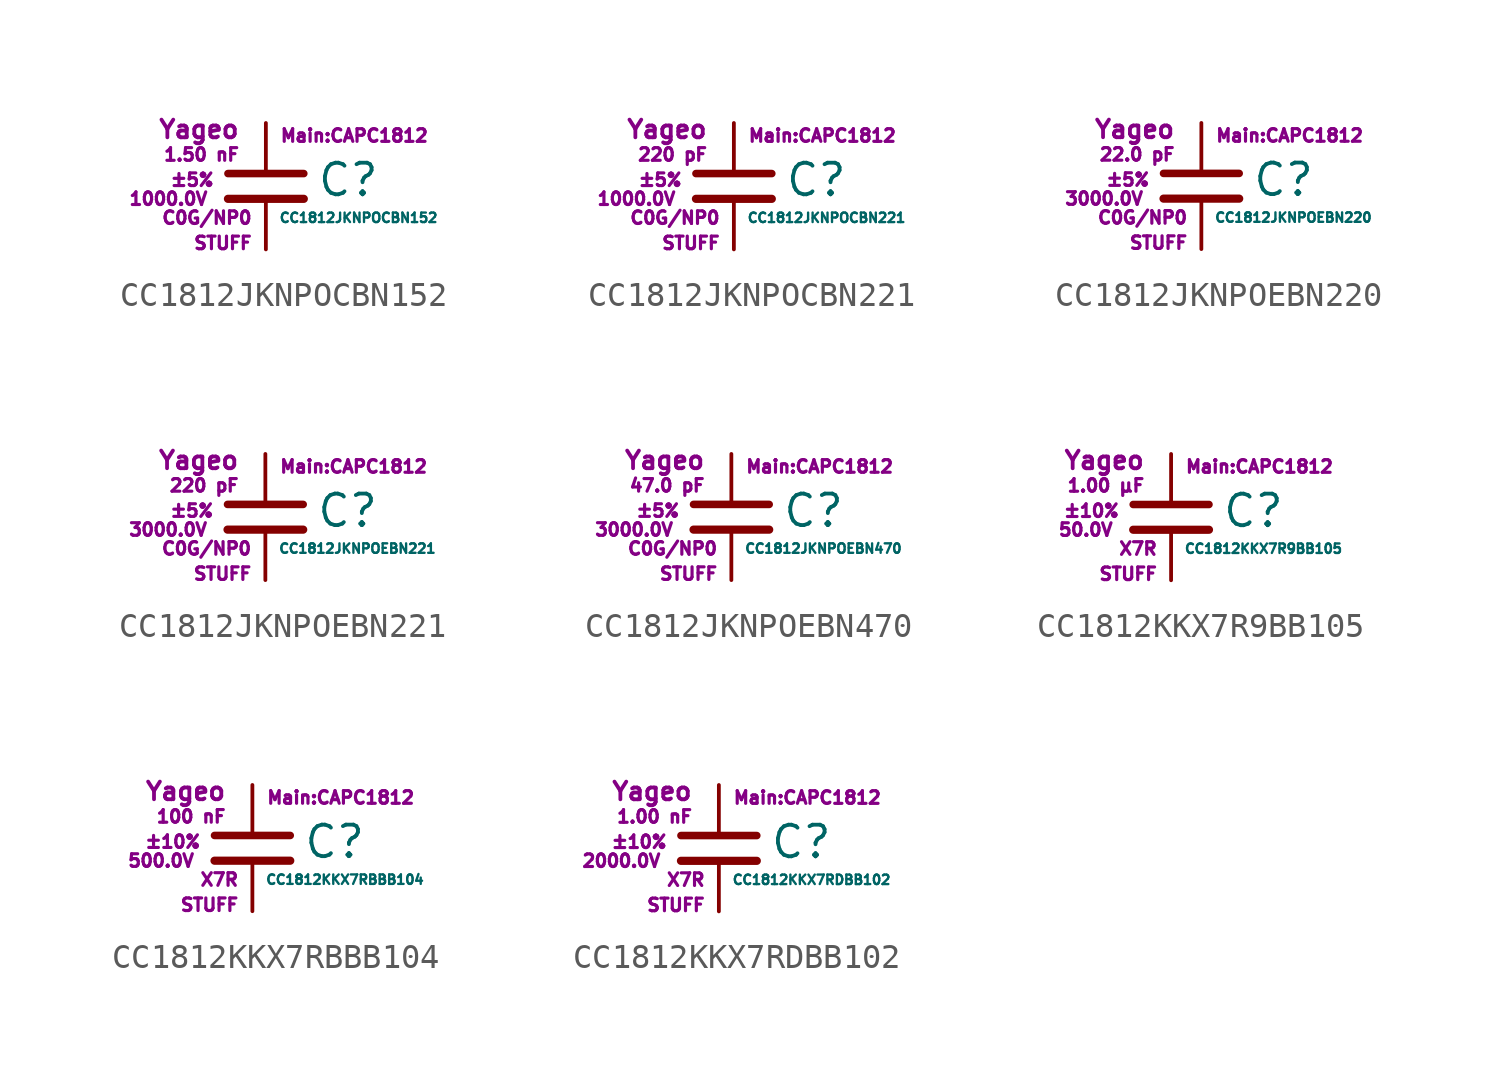
<source format=kicad_sym>
(kicad_symbol_lib
  (version 20211014)
  (generator kicad_symbol_editor)
  (symbol "CC1812JKNPOCBN152"
    (pin_numbers hide)
    (pin_names
      (offset 0.254) hide)
    (property "Reference" "C"
      (at 2.032 0.254 0)
      (effects (font (size 1.27 1.27)) (justify left)))
    (property "Value" "CC1812JKNPOCBN152"
      (at 0.508 -1.27 0)
      (effects (font (size 0.381 0.381)) (justify left)))
    (property "Footprint" "Main:CAPC1812"
      (at 3.556 2.032 0)
      (effects (font (size 0.508 0.508))))
    (property "Datasheet" ""
      (at 0.762 0.508 0)
      (effects (font (size 1.27 1.27))))
    (property "Manufacturer" "Yageo"
      (at -1.016 2.286 0)
      (effects (font (size 0.711 0.711)) (justify right)))
    (property "SKU" "STUFF"
      (at -0.508 -2.286 0)
      (effects (font (size 0.508 0.508)) (justify right)))
    (property "C" "1.50 nF"
      (at -1.016 1.27 0)
      (effects (font (size 0.508 0.508)) (justify right)))
    (property "Tol" "±5%"
      (at -2.032 0.254 0)
      (effects (font (size 0.508 0.508)) (justify right)))
    (property "Vmax" "1000.0V"
      (at -2.286 -0.508 0)
      (effects (font (size 0.508 0.508)) (justify right)))
    (property "Type" "C0G/NP0"
      (at -0.508 -1.27 0)
      (effects (font (size 0.508 0.508)) (justify right)))
    (symbol "CC1812JKNPOCBN152_0_1"
      (polyline (pts (xy -1.524 -0.508) (xy 1.524 -0.508)) (stroke (width 0.33) (type default) (color 0 0 0 0)) (fill (type none)))
      (polyline (pts (xy -1.524 0.508) (xy 1.524 0.508)) (stroke (width 0.305) (type default) (color 0 0 0 0)) (fill (type none))))
    (symbol "CC1812JKNPOCBN152_1_1"
      (pin passive line (at 0 2.54 270) (length 1.905) (name "~" (effects (font (size 1.016 1.016)))) (number "1" (effects (font (size 1.016 1.016)))))
      (pin passive line (at 0 -2.54 90) (length 2.032) (name "~" (effects (font (size 1.016 1.016)))) (number "2" (effects (font (size 1.016 1.016)))))))
  (symbol "CC1812JKNPOCBN221"
    (pin_numbers hide)
    (pin_names
      (offset 0.254) hide)
    (property "Reference" "C"
      (at 2.032 0.254 0)
      (effects (font (size 1.27 1.27)) (justify left)))
    (property "Value" "CC1812JKNPOCBN221"
      (at 0.508 -1.27 0)
      (effects (font (size 0.381 0.381)) (justify left)))
    (property "Footprint" "Main:CAPC1812"
      (at 3.556 2.032 0)
      (effects (font (size 0.508 0.508))))
    (property "Datasheet" ""
      (at 0.762 0.508 0)
      (effects (font (size 1.27 1.27))))
    (property "Manufacturer" "Yageo"
      (at -1.016 2.286 0)
      (effects (font (size 0.711 0.711)) (justify right)))
    (property "SKU" "STUFF"
      (at -0.508 -2.286 0)
      (effects (font (size 0.508 0.508)) (justify right)))
    (property "C" "220 pF"
      (at -1.016 1.27 0)
      (effects (font (size 0.508 0.508)) (justify right)))
    (property "Tol" "±5%"
      (at -2.032 0.254 0)
      (effects (font (size 0.508 0.508)) (justify right)))
    (property "Vmax" "1000.0V"
      (at -2.286 -0.508 0)
      (effects (font (size 0.508 0.508)) (justify right)))
    (property "Type" "C0G/NP0"
      (at -0.508 -1.27 0)
      (effects (font (size 0.508 0.508)) (justify right)))
    (symbol "CC1812JKNPOCBN221_0_1"
      (polyline (pts (xy -1.524 -0.508) (xy 1.524 -0.508)) (stroke (width 0.33) (type default) (color 0 0 0 0)) (fill (type none)))
      (polyline (pts (xy -1.524 0.508) (xy 1.524 0.508)) (stroke (width 0.305) (type default) (color 0 0 0 0)) (fill (type none))))
    (symbol "CC1812JKNPOCBN221_1_1"
      (pin passive line (at 0 2.54 270) (length 1.905) (name "~" (effects (font (size 1.016 1.016)))) (number "1" (effects (font (size 1.016 1.016)))))
      (pin passive line (at 0 -2.54 90) (length 2.032) (name "~" (effects (font (size 1.016 1.016)))) (number "2" (effects (font (size 1.016 1.016)))))))
  (symbol "CC1812JKNPOEBN220"
    (pin_numbers hide)
    (pin_names
      (offset 0.254) hide)
    (property "Reference" "C"
      (at 2.032 0.254 0)
      (effects (font (size 1.27 1.27)) (justify left)))
    (property "Value" "CC1812JKNPOEBN220"
      (at 0.508 -1.27 0)
      (effects (font (size 0.381 0.381)) (justify left)))
    (property "Footprint" "Main:CAPC1812"
      (at 3.556 2.032 0)
      (effects (font (size 0.508 0.508))))
    (property "Datasheet" ""
      (at 0.762 0.508 0)
      (effects (font (size 1.27 1.27))))
    (property "Manufacturer" "Yageo"
      (at -1.016 2.286 0)
      (effects (font (size 0.711 0.711)) (justify right)))
    (property "SKU" "STUFF"
      (at -0.508 -2.286 0)
      (effects (font (size 0.508 0.508)) (justify right)))
    (property "C" "22.0 pF"
      (at -1.016 1.27 0)
      (effects (font (size 0.508 0.508)) (justify right)))
    (property "Tol" "±5%"
      (at -2.032 0.254 0)
      (effects (font (size 0.508 0.508)) (justify right)))
    (property "Vmax" "3000.0V"
      (at -2.286 -0.508 0)
      (effects (font (size 0.508 0.508)) (justify right)))
    (property "Type" "C0G/NP0"
      (at -0.508 -1.27 0)
      (effects (font (size 0.508 0.508)) (justify right)))
    (symbol "CC1812JKNPOEBN220_0_1"
      (polyline (pts (xy -1.524 -0.508) (xy 1.524 -0.508)) (stroke (width 0.33) (type default) (color 0 0 0 0)) (fill (type none)))
      (polyline (pts (xy -1.524 0.508) (xy 1.524 0.508)) (stroke (width 0.305) (type default) (color 0 0 0 0)) (fill (type none))))
    (symbol "CC1812JKNPOEBN220_1_1"
      (pin passive line (at 0 2.54 270) (length 1.905) (name "~" (effects (font (size 1.016 1.016)))) (number "1" (effects (font (size 1.016 1.016)))))
      (pin passive line (at 0 -2.54 90) (length 2.032) (name "~" (effects (font (size 1.016 1.016)))) (number "2" (effects (font (size 1.016 1.016)))))))
  (symbol "CC1812JKNPOEBN221"
    (pin_numbers hide)
    (pin_names
      (offset 0.254) hide)
    (property "Reference" "C"
      (at 2.032 0.254 0)
      (effects (font (size 1.27 1.27)) (justify left)))
    (property "Value" "CC1812JKNPOEBN221"
      (at 0.508 -1.27 0)
      (effects (font (size 0.381 0.381)) (justify left)))
    (property "Footprint" "Main:CAPC1812"
      (at 3.556 2.032 0)
      (effects (font (size 0.508 0.508))))
    (property "Datasheet" ""
      (at 0.762 0.508 0)
      (effects (font (size 1.27 1.27))))
    (property "Manufacturer" "Yageo"
      (at -1.016 2.286 0)
      (effects (font (size 0.711 0.711)) (justify right)))
    (property "SKU" "STUFF"
      (at -0.508 -2.286 0)
      (effects (font (size 0.508 0.508)) (justify right)))
    (property "C" "220 pF"
      (at -1.016 1.27 0)
      (effects (font (size 0.508 0.508)) (justify right)))
    (property "Tol" "±5%"
      (at -2.032 0.254 0)
      (effects (font (size 0.508 0.508)) (justify right)))
    (property "Vmax" "3000.0V"
      (at -2.286 -0.508 0)
      (effects (font (size 0.508 0.508)) (justify right)))
    (property "Type" "C0G/NP0"
      (at -0.508 -1.27 0)
      (effects (font (size 0.508 0.508)) (justify right)))
    (symbol "CC1812JKNPOEBN221_0_1"
      (polyline (pts (xy -1.524 -0.508) (xy 1.524 -0.508)) (stroke (width 0.33) (type default) (color 0 0 0 0)) (fill (type none)))
      (polyline (pts (xy -1.524 0.508) (xy 1.524 0.508)) (stroke (width 0.305) (type default) (color 0 0 0 0)) (fill (type none))))
    (symbol "CC1812JKNPOEBN221_1_1"
      (pin passive line (at 0 2.54 270) (length 1.905) (name "~" (effects (font (size 1.016 1.016)))) (number "1" (effects (font (size 1.016 1.016)))))
      (pin passive line (at 0 -2.54 90) (length 2.032) (name "~" (effects (font (size 1.016 1.016)))) (number "2" (effects (font (size 1.016 1.016)))))))
  (symbol "CC1812JKNPOEBN470"
    (pin_numbers hide)
    (pin_names
      (offset 0.254) hide)
    (property "Reference" "C"
      (at 2.032 0.254 0)
      (effects (font (size 1.27 1.27)) (justify left)))
    (property "Value" "CC1812JKNPOEBN470"
      (at 0.508 -1.27 0)
      (effects (font (size 0.381 0.381)) (justify left)))
    (property "Footprint" "Main:CAPC1812"
      (at 3.556 2.032 0)
      (effects (font (size 0.508 0.508))))
    (property "Datasheet" ""
      (at 0.762 0.508 0)
      (effects (font (size 1.27 1.27))))
    (property "Manufacturer" "Yageo"
      (at -1.016 2.286 0)
      (effects (font (size 0.711 0.711)) (justify right)))
    (property "SKU" "STUFF"
      (at -0.508 -2.286 0)
      (effects (font (size 0.508 0.508)) (justify right)))
    (property "C" "47.0 pF"
      (at -1.016 1.27 0)
      (effects (font (size 0.508 0.508)) (justify right)))
    (property "Tol" "±5%"
      (at -2.032 0.254 0)
      (effects (font (size 0.508 0.508)) (justify right)))
    (property "Vmax" "3000.0V"
      (at -2.286 -0.508 0)
      (effects (font (size 0.508 0.508)) (justify right)))
    (property "Type" "C0G/NP0"
      (at -0.508 -1.27 0)
      (effects (font (size 0.508 0.508)) (justify right)))
    (symbol "CC1812JKNPOEBN470_0_1"
      (polyline (pts (xy -1.524 -0.508) (xy 1.524 -0.508)) (stroke (width 0.33) (type default) (color 0 0 0 0)) (fill (type none)))
      (polyline (pts (xy -1.524 0.508) (xy 1.524 0.508)) (stroke (width 0.305) (type default) (color 0 0 0 0)) (fill (type none))))
    (symbol "CC1812JKNPOEBN470_1_1"
      (pin passive line (at 0 2.54 270) (length 1.905) (name "~" (effects (font (size 1.016 1.016)))) (number "1" (effects (font (size 1.016 1.016)))))
      (pin passive line (at 0 -2.54 90) (length 2.032) (name "~" (effects (font (size 1.016 1.016)))) (number "2" (effects (font (size 1.016 1.016)))))))
  (symbol "CC1812KKX7R9BB105"
    (pin_numbers hide)
    (pin_names
      (offset 0.254) hide)
    (property "Reference" "C"
      (at 2.032 0.254 0)
      (effects (font (size 1.27 1.27)) (justify left)))
    (property "Value" "CC1812KKX7R9BB105"
      (at 0.508 -1.27 0)
      (effects (font (size 0.381 0.381)) (justify left)))
    (property "Footprint" "Main:CAPC1812"
      (at 3.556 2.032 0)
      (effects (font (size 0.508 0.508))))
    (property "Datasheet" ""
      (at 0.762 0.508 0)
      (effects (font (size 1.27 1.27))))
    (property "Manufacturer" "Yageo"
      (at -1.016 2.286 0)
      (effects (font (size 0.711 0.711)) (justify right)))
    (property "SKU" "STUFF"
      (at -0.508 -2.286 0)
      (effects (font (size 0.508 0.508)) (justify right)))
    (property "C" "1.00 µF"
      (at -1.016 1.27 0)
      (effects (font (size 0.508 0.508)) (justify right)))
    (property "Tol" "±10%"
      (at -2.032 0.254 0)
      (effects (font (size 0.508 0.508)) (justify right)))
    (property "Vmax" "50.0V"
      (at -2.286 -0.508 0)
      (effects (font (size 0.508 0.508)) (justify right)))
    (property "Type" "X7R"
      (at -0.508 -1.27 0)
      (effects (font (size 0.508 0.508)) (justify right)))
    (symbol "CC1812KKX7R9BB105_0_1"
      (polyline (pts (xy -1.524 -0.508) (xy 1.524 -0.508)) (stroke (width 0.33) (type default) (color 0 0 0 0)) (fill (type none)))
      (polyline (pts (xy -1.524 0.508) (xy 1.524 0.508)) (stroke (width 0.305) (type default) (color 0 0 0 0)) (fill (type none))))
    (symbol "CC1812KKX7R9BB105_1_1"
      (pin passive line (at 0 2.54 270) (length 1.905) (name "~" (effects (font (size 1.016 1.016)))) (number "1" (effects (font (size 1.016 1.016)))))
      (pin passive line (at 0 -2.54 90) (length 2.032) (name "~" (effects (font (size 1.016 1.016)))) (number "2" (effects (font (size 1.016 1.016)))))))
  (symbol "CC1812KKX7RBBB104"
    (pin_numbers hide)
    (pin_names
      (offset 0.254) hide)
    (property "Reference" "C"
      (at 2.032 0.254 0)
      (effects (font (size 1.27 1.27)) (justify left)))
    (property "Value" "CC1812KKX7RBBB104"
      (at 0.508 -1.27 0)
      (effects (font (size 0.381 0.381)) (justify left)))
    (property "Footprint" "Main:CAPC1812"
      (at 3.556 2.032 0)
      (effects (font (size 0.508 0.508))))
    (property "Datasheet" ""
      (at 0.762 0.508 0)
      (effects (font (size 1.27 1.27))))
    (property "Manufacturer" "Yageo"
      (at -1.016 2.286 0)
      (effects (font (size 0.711 0.711)) (justify right)))
    (property "SKU" "STUFF"
      (at -0.508 -2.286 0)
      (effects (font (size 0.508 0.508)) (justify right)))
    (property "C" "100 nF"
      (at -1.016 1.27 0)
      (effects (font (size 0.508 0.508)) (justify right)))
    (property "Tol" "±10%"
      (at -2.032 0.254 0)
      (effects (font (size 0.508 0.508)) (justify right)))
    (property "Vmax" "500.0V"
      (at -2.286 -0.508 0)
      (effects (font (size 0.508 0.508)) (justify right)))
    (property "Type" "X7R"
      (at -0.508 -1.27 0)
      (effects (font (size 0.508 0.508)) (justify right)))
    (symbol "CC1812KKX7RBBB104_0_1"
      (polyline (pts (xy -1.524 -0.508) (xy 1.524 -0.508)) (stroke (width 0.33) (type default) (color 0 0 0 0)) (fill (type none)))
      (polyline (pts (xy -1.524 0.508) (xy 1.524 0.508)) (stroke (width 0.305) (type default) (color 0 0 0 0)) (fill (type none))))
    (symbol "CC1812KKX7RBBB104_1_1"
      (pin passive line (at 0 2.54 270) (length 1.905) (name "~" (effects (font (size 1.016 1.016)))) (number "1" (effects (font (size 1.016 1.016)))))
      (pin passive line (at 0 -2.54 90) (length 2.032) (name "~" (effects (font (size 1.016 1.016)))) (number "2" (effects (font (size 1.016 1.016)))))))
  (symbol "CC1812KKX7RDBB102"
    (pin_numbers hide)
    (pin_names
      (offset 0.254) hide)
    (property "Reference" "C"
      (at 2.032 0.254 0)
      (effects (font (size 1.27 1.27)) (justify left)))
    (property "Value" "CC1812KKX7RDBB102"
      (at 0.508 -1.27 0)
      (effects (font (size 0.381 0.381)) (justify left)))
    (property "Footprint" "Main:CAPC1812"
      (at 3.556 2.032 0)
      (effects (font (size 0.508 0.508))))
    (property "Datasheet" ""
      (at 0.762 0.508 0)
      (effects (font (size 1.27 1.27))))
    (property "Manufacturer" "Yageo"
      (at -1.016 2.286 0)
      (effects (font (size 0.711 0.711)) (justify right)))
    (property "SKU" "STUFF"
      (at -0.508 -2.286 0)
      (effects (font (size 0.508 0.508)) (justify right)))
    (property "C" "1.00 nF"
      (at -1.016 1.27 0)
      (effects (font (size 0.508 0.508)) (justify right)))
    (property "Tol" "±10%"
      (at -2.032 0.254 0)
      (effects (font (size 0.508 0.508)) (justify right)))
    (property "Vmax" "2000.0V"
      (at -2.286 -0.508 0)
      (effects (font (size 0.508 0.508)) (justify right)))
    (property "Type" "X7R"
      (at -0.508 -1.27 0)
      (effects (font (size 0.508 0.508)) (justify right)))
    (symbol "CC1812KKX7RDBB102_0_1"
      (polyline (pts (xy -1.524 -0.508) (xy 1.524 -0.508)) (stroke (width 0.33) (type default) (color 0 0 0 0)) (fill (type none)))
      (polyline (pts (xy -1.524 0.508) (xy 1.524 0.508)) (stroke (width 0.305) (type default) (color 0 0 0 0)) (fill (type none))))
    (symbol "CC1812KKX7RDBB102_1_1"
      (pin passive line (at 0 2.54 270) (length 1.905) (name "~" (effects (font (size 1.016 1.016)))) (number "1" (effects (font (size 1.016 1.016)))))
      (pin passive line (at 0 -2.54 90) (length 2.032) (name "~" (effects (font (size 1.016 1.016)))) (number "2" (effects (font (size 1.016 1.016))))))))
</source>
